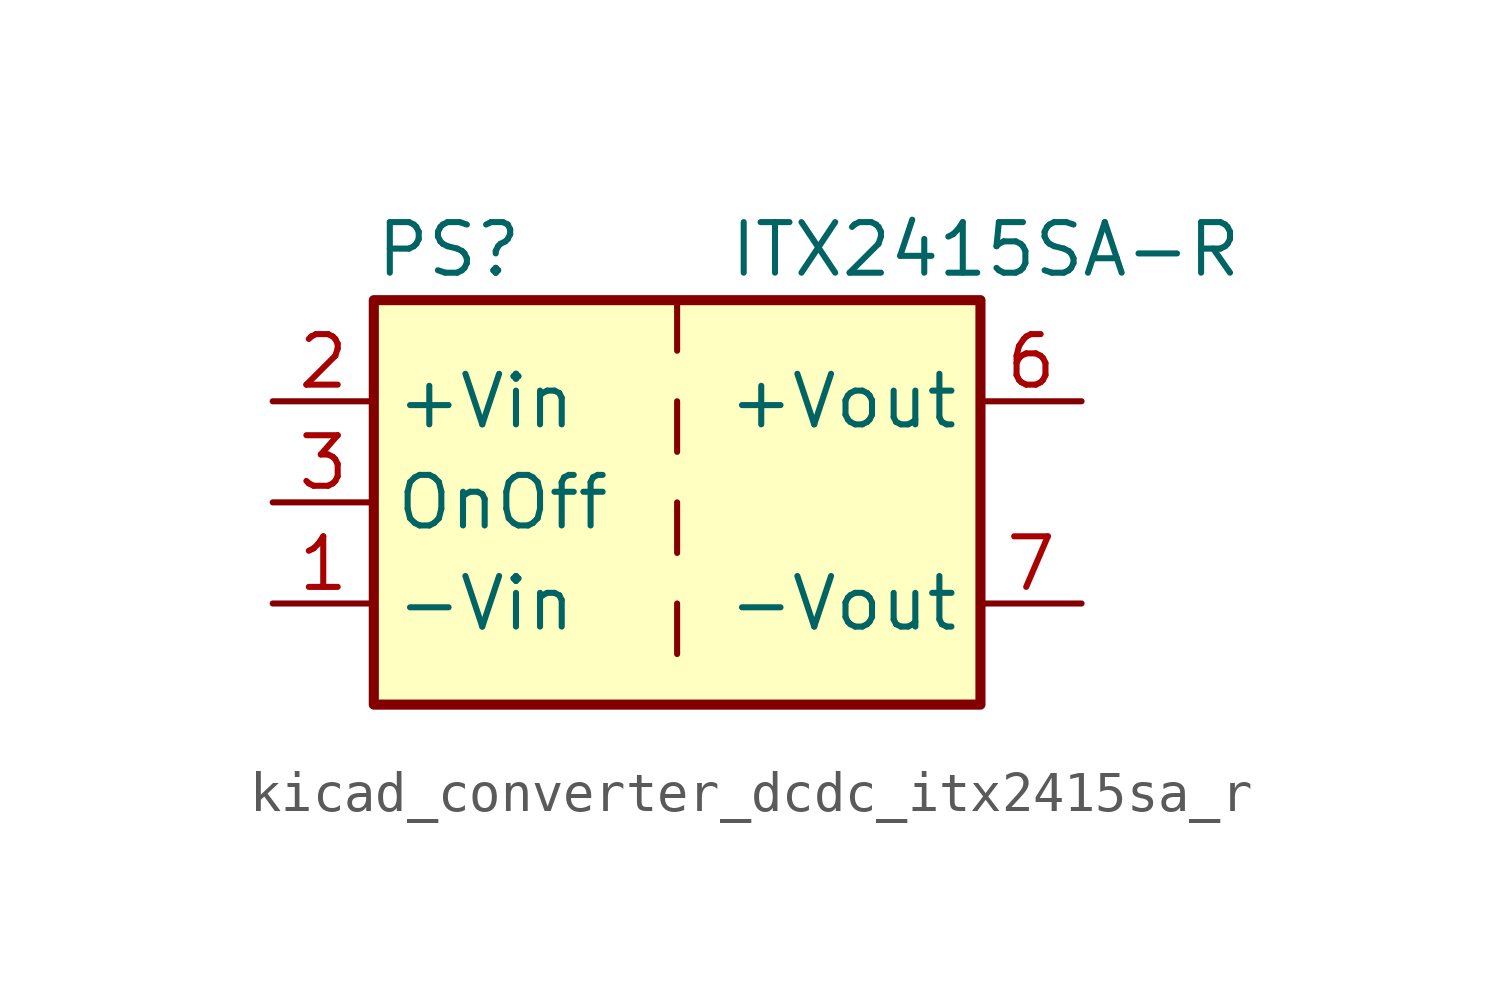
<source format=kicad_sym>
(kicad_symbol_lib
  (version 20220914)
  (generator kicad_symbol_editor)
  (symbol "kicad_converter_dcdc_itx2415sa_r"
    (property "Reference" "PS"
      (at -7.62 6.35 0)
      (effects (font (size 1.27 1.27)) (justify left)))
    (property "Value" "ITX2415SA-R"
      (at 1.27 6.35 0)
      (effects (font (size 1.27 1.27)) (justify left)))
    (symbol "kicad_converter_dcdc_itx2415sa_r_0_0"
      (pin power_in line (at -10.16 -2.54 0) (length 2.54) (name "-Vin" (effects (font (size 1.27 1.27)))) (number "1" (effects (font (size 1.27 1.27)))))
      (pin power_in line (at -10.16 2.54 0) (length 2.54) (name "+Vin" (effects (font (size 1.27 1.27)))) (number "2" (effects (font (size 1.27 1.27)))))
      (pin input line (at -10.16 0 0) (length 2.54) (name "OnOff" (effects (font (size 1.27 1.27)))) (number "3" (effects (font (size 1.27 1.27)))))
      (pin no_connect line (at 0 5.08 270) (length 2.54) hide (name "NC" (effects (font (size 1.27 1.27)))) (number "5" (effects (font (size 1.27 1.27)))))
      (pin power_out line (at 10.16 2.54 180) (length 2.54) (name "+Vout" (effects (font (size 1.27 1.27)))) (number "6" (effects (font (size 1.27 1.27)))))
      (pin power_out line (at 10.16 -2.54 180) (length 2.54) (name "-Vout" (effects (font (size 1.27 1.27)))) (number "7" (effects (font (size 1.27 1.27)))))
      (pin no_connect line (at 7.62 0 180) (length 2.54) hide (name "NC" (effects (font (size 1.27 1.27)))) (number "8" (effects (font (size 1.27 1.27))))))
    (symbol "kicad_converter_dcdc_itx2415sa_r_0_1"
      (rectangle (start -7.62 5.08) (end 7.62 -5.08) (stroke (width 0.254) (type default)) (fill (type background)))
      (polyline (pts (xy 0 -2.54) (xy 0 -3.81)) (stroke (width 0) (type default)) (fill (type none)))
      (polyline (pts (xy 0 0) (xy 0 -1.27)) (stroke (width 0) (type default)) (fill (type none)))
      (polyline (pts (xy 0 2.54) (xy 0 1.27)) (stroke (width 0) (type default)) (fill (type none)))
      (polyline (pts (xy 0 5.08) (xy 0 3.81)) (stroke (width 0) (type default)) (fill (type none))))))
</source>
